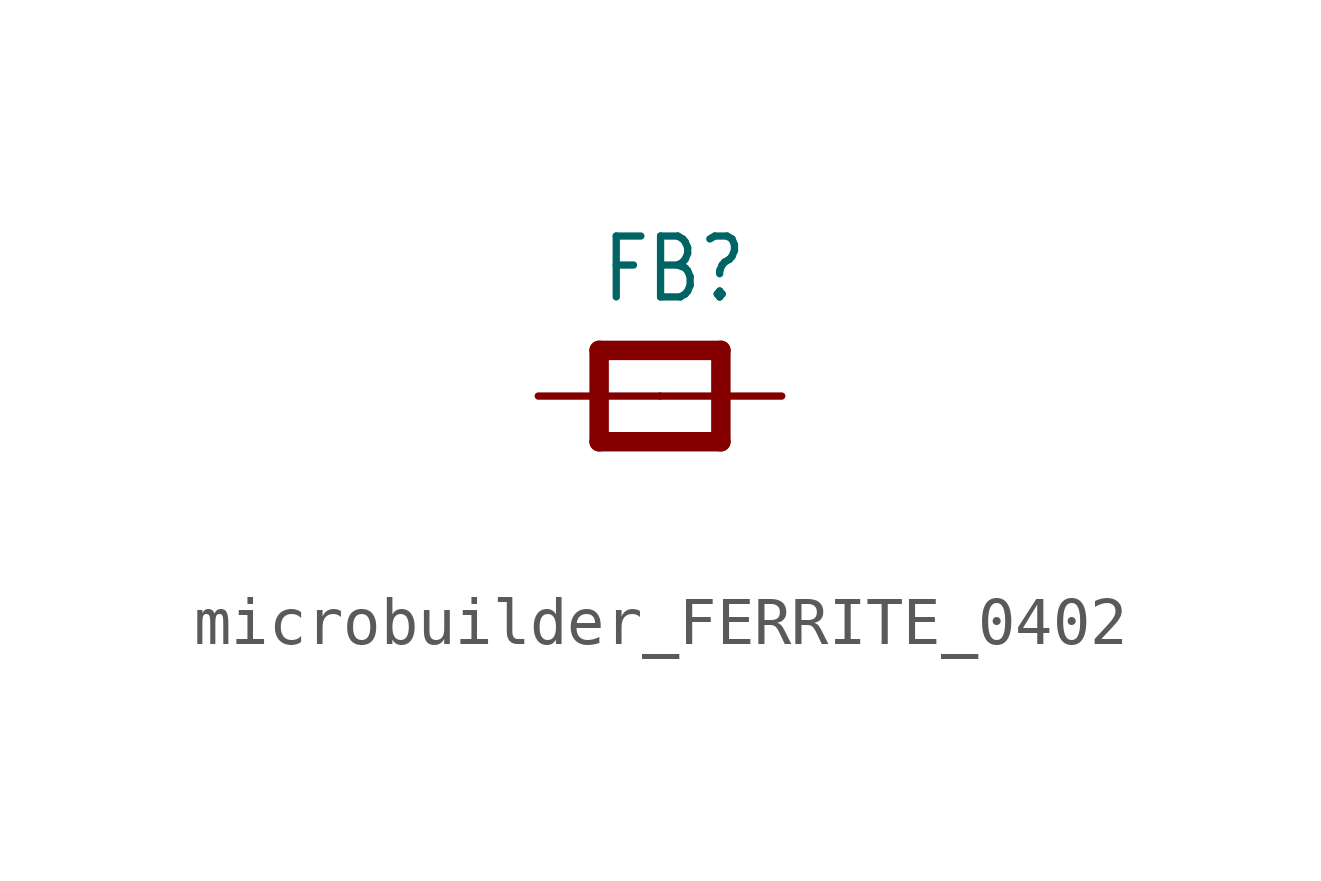
<source format=kicad_sym>
(kicad_symbol_lib
  (version 20220914)
  (generator kicad_symbol_editor)
  (symbol "microbuilder_FERRITE_0402"
    (property "Reference" "FB"
      (at -1.27 1.905 0)
      (effects (font (size 1.27 1.079)) (justify left bottom)))
    (property "Value" ""
      (at -1.27 -3.175 0)
      (effects (font (size 1.27 1.079)) (justify left bottom)))
    (property "ki_locked" ""
      (at 0 0 0)
      (effects (font (size 1.27 1.27))))
    (symbol "microbuilder_FERRITE_0402_1_0"
      (polyline (pts (xy -1.27 -0.953) (xy -1.27 0.953)) (stroke (width 0.406) (type solid)) (fill (type none)))
      (polyline (pts (xy -1.27 0.953) (xy 1.27 0.953)) (stroke (width 0.406) (type solid)) (fill (type none)))
      (polyline (pts (xy 1.27 -0.953) (xy -1.27 -0.953)) (stroke (width 0.406) (type solid)) (fill (type none)))
      (polyline (pts (xy 1.27 0.953) (xy 1.27 -0.953)) (stroke (width 0.406) (type solid)) (fill (type none)))
      (pin passive line (at -2.54 0 0) (length 2.54) (name "P$1" (effects (font (size 0 0)))) (number "1" (effects (font (size 0 0)))))
      (pin passive line (at 2.54 0 180) (length 2.54) (name "P$2" (effects (font (size 0 0)))) (number "2" (effects (font (size 0 0))))))))
</source>
